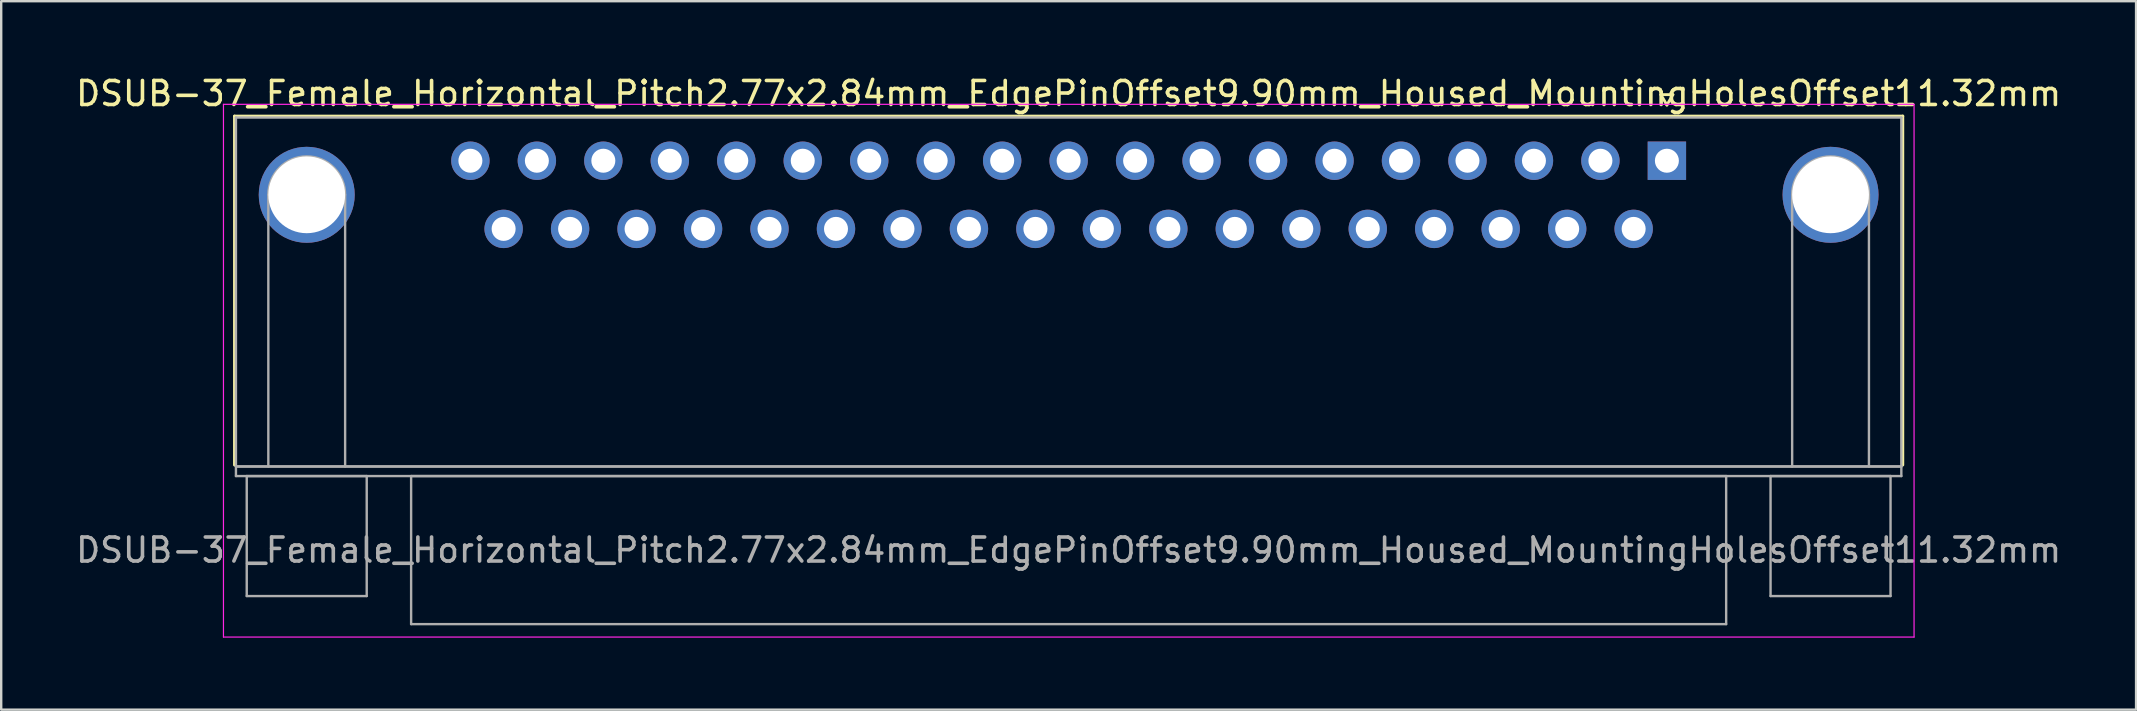
<source format=kicad_pcb>
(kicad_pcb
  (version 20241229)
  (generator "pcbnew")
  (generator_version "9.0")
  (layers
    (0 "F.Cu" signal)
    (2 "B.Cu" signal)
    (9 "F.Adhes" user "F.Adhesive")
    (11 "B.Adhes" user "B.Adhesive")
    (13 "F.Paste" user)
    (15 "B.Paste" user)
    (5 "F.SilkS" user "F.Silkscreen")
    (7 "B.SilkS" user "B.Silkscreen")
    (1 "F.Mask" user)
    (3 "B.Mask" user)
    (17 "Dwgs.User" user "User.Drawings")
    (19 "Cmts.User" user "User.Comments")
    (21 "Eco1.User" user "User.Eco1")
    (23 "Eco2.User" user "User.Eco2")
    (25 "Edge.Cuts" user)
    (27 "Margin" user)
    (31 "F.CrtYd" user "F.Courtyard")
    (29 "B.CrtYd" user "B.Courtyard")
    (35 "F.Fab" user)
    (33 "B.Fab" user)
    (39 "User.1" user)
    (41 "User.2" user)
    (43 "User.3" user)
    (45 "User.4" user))
  (footprint "DSUB-37_Female_Horizontal_Pitch2.77x2.84mm_EdgePinOffset9.90mm_Housed_MountingHolesOffset11.32mm"
    (layer "F.Cu")
    (at 66.412 3.648)
    (property "Reference" "DSUB-37_Female_Horizontal_Pitch2.77x2.84mm_EdgePinOffset9.90mm_Housed_MountingHolesOffset11.32mm" (at -24.93 -2.8 0) (layer "F.SilkS") (effects (font (size 1 1) (thickness 0.15))))
    (attr through_hole)
    (fp_line (start -59.69 -1.86) (end 9.83 -1.86) (stroke (width 0.12) (type solid)) (layer "F.SilkS"))
    (fp_line (start -59.69 12.68) (end -59.69 -1.86) (stroke (width 0.12) (type solid)) (layer "F.SilkS"))
    (fp_line (start -0.25 -2.754) (end 0.25 -2.754) (stroke (width 0.12) (type solid)) (layer "F.SilkS"))
    (fp_line (start 0 -2.321) (end -0.25 -2.754) (stroke (width 0.12) (type solid)) (layer "F.SilkS"))
    (fp_line (start 0.25 -2.754) (end 0 -2.321) (stroke (width 0.12) (type solid)) (layer "F.SilkS"))
    (fp_line (start 9.83 -1.86) (end 9.83 12.68) (stroke (width 0.12) (type solid)) (layer "F.SilkS"))
    (fp_line (start -60.15 -2.35) (end -60.15 19.85) (stroke (width 0.05) (type solid)) (layer "F.CrtYd"))
    (fp_line (start -60.15 19.85) (end 10.3 19.85) (stroke (width 0.05) (type solid)) (layer "F.CrtYd"))
    (fp_line (start 10.3 -2.35) (end -60.15 -2.35) (stroke (width 0.05) (type solid)) (layer "F.CrtYd"))
    (fp_line (start 10.3 19.85) (end 10.3 -2.35) (stroke (width 0.05) (type solid)) (layer "F.CrtYd"))
    (fp_line (start -59.63 -1.8) (end -59.63 12.74) (stroke (width 0.1) (type solid)) (layer "F.Fab"))
    (fp_line (start -59.63 12.74) (end -59.63 13.14) (stroke (width 0.1) (type solid)) (layer "F.Fab"))
    (fp_line (start -59.63 12.74) (end 9.77 12.74) (stroke (width 0.1) (type solid)) (layer "F.Fab"))
    (fp_line (start -59.63 13.14) (end 9.77 13.14) (stroke (width 0.1) (type solid)) (layer "F.Fab"))
    (fp_line (start -59.18 13.14) (end -59.18 18.14) (stroke (width 0.1) (type solid)) (layer "F.Fab"))
    (fp_line (start -59.18 18.14) (end -54.18 18.14) (stroke (width 0.1) (type solid)) (layer "F.Fab"))
    (fp_line (start -58.28 12.74) (end -58.28 1.42) (stroke (width 0.1) (type solid)) (layer "F.Fab"))
    (fp_line (start -55.08 12.74) (end -55.08 1.42) (stroke (width 0.1) (type solid)) (layer "F.Fab"))
    (fp_line (start -54.18 13.14) (end -59.18 13.14) (stroke (width 0.1) (type solid)) (layer "F.Fab"))
    (fp_line (start -54.18 18.14) (end -54.18 13.14) (stroke (width 0.1) (type solid)) (layer "F.Fab"))
    (fp_line (start -52.33 13.14) (end -52.33 19.31) (stroke (width 0.1) (type solid)) (layer "F.Fab"))
    (fp_line (start -52.33 19.31) (end 2.47 19.31) (stroke (width 0.1) (type solid)) (layer "F.Fab"))
    (fp_line (start 2.47 13.14) (end -52.33 13.14) (stroke (width 0.1) (type solid)) (layer "F.Fab"))
    (fp_line (start 2.47 19.31) (end 2.47 13.14) (stroke (width 0.1) (type solid)) (layer "F.Fab"))
    (fp_line (start 4.32 13.14) (end 4.32 18.14) (stroke (width 0.1) (type solid)) (layer "F.Fab"))
    (fp_line (start 4.32 18.14) (end 9.32 18.14) (stroke (width 0.1) (type solid)) (layer "F.Fab"))
    (fp_line (start 5.22 12.74) (end 5.22 1.42) (stroke (width 0.1) (type solid)) (layer "F.Fab"))
    (fp_line (start 8.42 12.74) (end 8.42 1.42) (stroke (width 0.1) (type solid)) (layer "F.Fab"))
    (fp_line (start 9.32 13.14) (end 4.32 13.14) (stroke (width 0.1) (type solid)) (layer "F.Fab"))
    (fp_line (start 9.32 18.14) (end 9.32 13.14) (stroke (width 0.1) (type solid)) (layer "F.Fab"))
    (fp_line (start 9.77 -1.8) (end -59.63 -1.8) (stroke (width 0.1) (type solid)) (layer "F.Fab"))
    (fp_line (start 9.77 12.74) (end -59.63 12.74) (stroke (width 0.1) (type solid)) (layer "F.Fab"))
    (fp_line (start 9.77 12.74) (end 9.77 -1.8) (stroke (width 0.1) (type solid)) (layer "F.Fab"))
    (fp_line (start 9.77 13.14) (end 9.77 12.74) (stroke (width 0.1) (type solid)) (layer "F.Fab"))
    (fp_arc (start -58.28 1.42) (mid -56.68 -0.18) (end -55.08 1.42) (stroke (width 0.1) (type solid)) (layer "F.Fab"))
    (fp_arc (start 5.22 1.42) (mid 6.82 -0.18) (end 8.42 1.42) (stroke (width 0.1) (type solid)) (layer "F.Fab"))
    (fp_text user "${REFERENCE}" (at -24.93 16.225 0) (layer "F.Fab") (effects (font (size 1 1) (thickness 0.15))))
    (pad "0" thru_hole circle (at -56.68 1.42) (size 4 4) (drill 3.2) (layers "*.Cu" "*.Mask"))
    (pad "0" thru_hole circle (at 6.82 1.42) (size 4 4) (drill 3.2) (layers "*.Cu" "*.Mask"))
    (pad "1" thru_hole rect (at 0 0) (size 1.6 1.6) (drill 1) (layers "*.Cu" "*.Mask"))
    (pad "2" thru_hole circle (at -2.77 0) (size 1.6 1.6) (drill 1) (layers "*.Cu" "*.Mask"))
    (pad "3" thru_hole circle (at -5.54 0) (size 1.6 1.6) (drill 1) (layers "*.Cu" "*.Mask"))
    (pad "4" thru_hole circle (at -8.31 0) (size 1.6 1.6) (drill 1) (layers "*.Cu" "*.Mask"))
    (pad "5" thru_hole circle (at -11.08 0) (size 1.6 1.6) (drill 1) (layers "*.Cu" "*.Mask"))
    (pad "6" thru_hole circle (at -13.85 0) (size 1.6 1.6) (drill 1) (layers "*.Cu" "*.Mask"))
    (pad "7" thru_hole circle (at -16.62 0) (size 1.6 1.6) (drill 1) (layers "*.Cu" "*.Mask"))
    (pad "8" thru_hole circle (at -19.39 0) (size 1.6 1.6) (drill 1) (layers "*.Cu" "*.Mask"))
    (pad "9" thru_hole circle (at -22.16 0) (size 1.6 1.6) (drill 1) (layers "*.Cu" "*.Mask"))
    (pad "10" thru_hole circle (at -24.93 0) (size 1.6 1.6) (drill 1) (layers "*.Cu" "*.Mask"))
    (pad "11" thru_hole circle (at -27.7 0) (size 1.6 1.6) (drill 1) (layers "*.Cu" "*.Mask"))
    (pad "12" thru_hole circle (at -30.47 0) (size 1.6 1.6) (drill 1) (layers "*.Cu" "*.Mask"))
    (pad "13" thru_hole circle (at -33.24 0) (size 1.6 1.6) (drill 1) (layers "*.Cu" "*.Mask"))
    (pad "14" thru_hole circle (at -36.01 0) (size 1.6 1.6) (drill 1) (layers "*.Cu" "*.Mask"))
    (pad "15" thru_hole circle (at -38.78 0) (size 1.6 1.6) (drill 1) (layers "*.Cu" "*.Mask"))
    (pad "16" thru_hole circle (at -41.55 0) (size 1.6 1.6) (drill 1) (layers "*.Cu" "*.Mask"))
    (pad "17" thru_hole circle (at -44.32 0) (size 1.6 1.6) (drill 1) (layers "*.Cu" "*.Mask"))
    (pad "18" thru_hole circle (at -47.09 0) (size 1.6 1.6) (drill 1) (layers "*.Cu" "*.Mask"))
    (pad "19" thru_hole circle (at -49.86 0) (size 1.6 1.6) (drill 1) (layers "*.Cu" "*.Mask"))
    (pad "20" thru_hole circle (at -1.385 2.84) (size 1.6 1.6) (drill 1) (layers "*.Cu" "*.Mask"))
    (pad "21" thru_hole circle (at -4.155 2.84) (size 1.6 1.6) (drill 1) (layers "*.Cu" "*.Mask"))
    (pad "22" thru_hole circle (at -6.925 2.84) (size 1.6 1.6) (drill 1) (layers "*.Cu" "*.Mask"))
    (pad "23" thru_hole circle (at -9.695 2.84) (size 1.6 1.6) (drill 1) (layers "*.Cu" "*.Mask"))
    (pad "24" thru_hole circle (at -12.465 2.84) (size 1.6 1.6) (drill 1) (layers "*.Cu" "*.Mask"))
    (pad "25" thru_hole circle (at -15.235 2.84) (size 1.6 1.6) (drill 1) (layers "*.Cu" "*.Mask"))
    (pad "26" thru_hole circle (at -18.005 2.84) (size 1.6 1.6) (drill 1) (layers "*.Cu" "*.Mask"))
    (pad "27" thru_hole circle (at -20.775 2.84) (size 1.6 1.6) (drill 1) (layers "*.Cu" "*.Mask"))
    (pad "28" thru_hole circle (at -23.545 2.84) (size 1.6 1.6) (drill 1) (layers "*.Cu" "*.Mask"))
    (pad "29" thru_hole circle (at -26.315 2.84) (size 1.6 1.6) (drill 1) (layers "*.Cu" "*.Mask"))
    (pad "30" thru_hole circle (at -29.085 2.84) (size 1.6 1.6) (drill 1) (layers "*.Cu" "*.Mask"))
    (pad "31" thru_hole circle (at -31.855 2.84) (size 1.6 1.6) (drill 1) (layers "*.Cu" "*.Mask"))
    (pad "32" thru_hole circle (at -34.625 2.84) (size 1.6 1.6) (drill 1) (layers "*.Cu" "*.Mask"))
    (pad "33" thru_hole circle (at -37.395 2.84) (size 1.6 1.6) (drill 1) (layers "*.Cu" "*.Mask"))
    (pad "34" thru_hole circle (at -40.165 2.84) (size 1.6 1.6) (drill 1) (layers "*.Cu" "*.Mask"))
    (pad "35" thru_hole circle (at -42.935 2.84) (size 1.6 1.6) (drill 1) (layers "*.Cu" "*.Mask"))
    (pad "36" thru_hole circle (at -45.705 2.84) (size 1.6 1.6) (drill 1) (layers "*.Cu" "*.Mask"))
    (pad "37" thru_hole circle (at -48.475 2.84) (size 1.6 1.6) (drill 1) (layers "*.Cu" "*.Mask")))
  (gr_rect
    (start -3 -3)
    (end 85.964 26.523)
    (stroke (width 0.1) (type default))
    (fill no)
    (layer "Edge.Cuts")))
</source>
